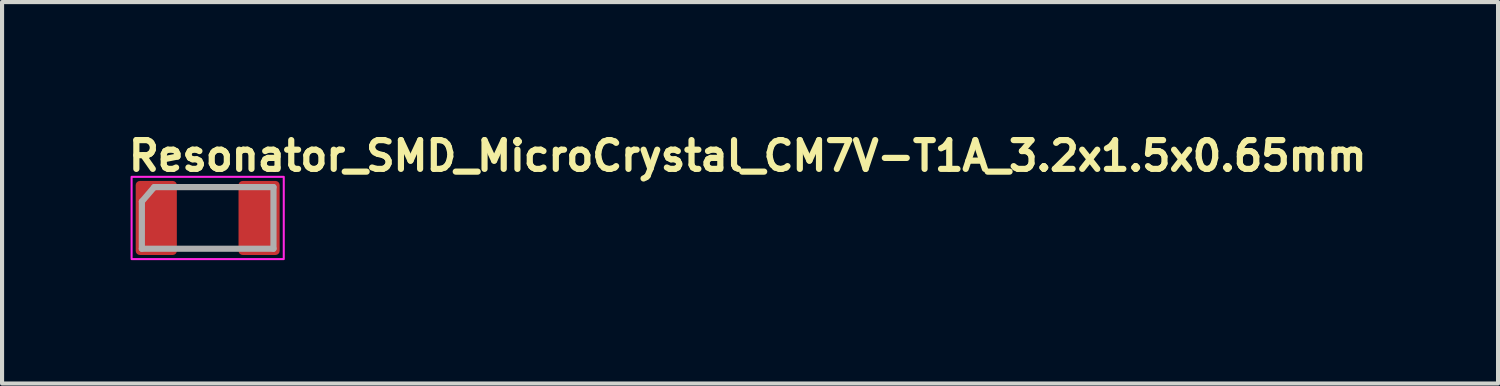
<source format=kicad_pcb>
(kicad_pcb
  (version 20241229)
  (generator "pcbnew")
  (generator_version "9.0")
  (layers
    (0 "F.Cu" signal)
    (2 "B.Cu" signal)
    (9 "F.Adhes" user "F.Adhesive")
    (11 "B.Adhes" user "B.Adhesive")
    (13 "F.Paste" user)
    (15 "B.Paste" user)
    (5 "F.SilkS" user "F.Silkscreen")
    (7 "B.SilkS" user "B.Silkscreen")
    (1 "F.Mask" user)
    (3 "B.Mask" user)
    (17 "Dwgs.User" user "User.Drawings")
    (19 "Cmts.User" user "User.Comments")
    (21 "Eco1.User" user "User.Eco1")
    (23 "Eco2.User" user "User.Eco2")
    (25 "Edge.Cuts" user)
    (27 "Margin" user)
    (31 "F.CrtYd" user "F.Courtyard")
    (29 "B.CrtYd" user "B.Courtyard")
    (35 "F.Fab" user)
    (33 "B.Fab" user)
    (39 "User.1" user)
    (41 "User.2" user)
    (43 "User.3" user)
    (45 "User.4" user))
  (footprint "Resonator_SMD_MicroCrystal_CM7V-T1A_3.2x1.5x0.65mm"
    (layer "F.Cu")
    (at 2 2.25)
    (property "Reference" "Resonator_SMD_MicroCrystal_CM7V-T1A_3.2x1.5x0.65mm" (at -2 -1.1 0) (layer "F.SilkS") (effects (font (size 0.7 0.7) (thickness 0.15)) (justify left bottom)))
    (attr smd)
    (fp_rect (start -1.85 -1) (end 1.85 1) (stroke (width 0.05) (type solid)) (fill no) (layer "F.CrtYd"))
    (fp_line (start -1.601 0.748) (end -1.6 -0.4) (stroke (width 0.15) (type solid)) (layer "F.Fab"))
    (fp_line (start -1.601 0.748) (end 1.6 0.748) (stroke (width 0.15) (type solid)) (layer "F.Fab"))
    (fp_line (start -1.3 -0.75) (end -1.6 -0.4) (stroke (width 0.15) (type solid)) (layer "F.Fab"))
    (fp_line (start 1.6 -0.75) (end -1.3 -0.75) (stroke (width 0.15) (type solid)) (layer "F.Fab"))
    (fp_line (start 1.6 0.748) (end 1.6 -0.75) (stroke (width 0.15) (type solid)) (layer "F.Fab"))
    (fp_rect (start -1.6 -0.75) (end 1.6 0.75) (stroke (width 0.1) (type solid)) (fill no) (layer "User.5"))
    (fp_line (start -1.6 -0.62) (end -1.6 0.62) (stroke (width 0.02) (type solid)) (layer "User.9"))
    (fp_line (start -1.6 -0.62) (end -1.59 -0.62) (stroke (width 0.02) (type solid)) (layer "User.9"))
    (fp_line (start -1.59 -0.62) (end -1.567 -0.622) (stroke (width 0.02) (type solid)) (layer "User.9"))
    (fp_line (start -1.574 0.621) (end -1.6 0.62) (stroke (width 0.02) (type solid)) (layer "User.9"))
    (fp_line (start -1.567 -0.622) (end -1.545 -0.628) (stroke (width 0.02) (type solid)) (layer "User.9"))
    (fp_line (start -1.548 0.627) (end -1.574 0.621) (stroke (width 0.02) (type solid)) (layer "User.9"))
    (fp_line (start -1.545 -0.628) (end -1.525 -0.638) (stroke (width 0.02) (type solid)) (layer "User.9"))
    (fp_line (start -1.525 -0.65) (end -1.525 0.65) (stroke (width 0.02) (type solid)) (layer "User.9"))
    (fp_line (start -1.525 0.638) (end -1.548 0.627) (stroke (width 0.02) (type solid)) (layer "User.9"))
    (fp_line (start -1.525 0.65) (end -1.522 0.676) (stroke (width 0.02) (type solid)) (layer "User.9"))
    (fp_line (start -1.522 -0.676) (end -1.525 -0.65) (stroke (width 0.02) (type solid)) (layer "User.9"))
    (fp_line (start -1.522 0.676) (end -1.512 0.7) (stroke (width 0.02) (type solid)) (layer "User.9"))
    (fp_line (start -1.512 -0.7) (end -1.522 -0.676) (stroke (width 0.02) (type solid)) (layer "User.9"))
    (fp_line (start -1.512 0.7) (end -1.496 0.721) (stroke (width 0.02) (type solid)) (layer "User.9"))
    (fp_line (start -1.496 -0.721) (end -1.512 -0.7) (stroke (width 0.02) (type solid)) (layer "User.9"))
    (fp_line (start -1.496 0.721) (end -1.475 0.737) (stroke (width 0.02) (type solid)) (layer "User.9"))
    (fp_line (start -1.475 -0.737) (end -1.496 -0.721) (stroke (width 0.02) (type solid)) (layer "User.9"))
    (fp_line (start -1.475 0.737) (end -1.451 0.747) (stroke (width 0.02) (type solid)) (layer "User.9"))
    (fp_line (start -1.47 -0.74) (end -1.47 -0.75) (stroke (width 0.02) (type solid)) (layer "User.9"))
    (fp_line (start -1.47 0.75) (end -1.47 0.74) (stroke (width 0.02) (type solid)) (layer "User.9"))
    (fp_line (start -1.47 0.75) (end 1.47 0.75) (stroke (width 0.02) (type solid)) (layer "User.9"))
    (fp_line (start -1.451 -0.747) (end -1.475 -0.737) (stroke (width 0.02) (type solid)) (layer "User.9"))
    (fp_line (start -1.451 0.747) (end -1.425 0.75) (stroke (width 0.02) (type solid)) (layer "User.9"))
    (fp_line (start -1.425 -0.75) (end -1.451 -0.747) (stroke (width 0.02) (type solid)) (layer "User.9"))
    (fp_line (start -1.425 0.75) (end 1.425 0.75) (stroke (width 0.02) (type solid)) (layer "User.9"))
    (fp_line (start -1.372 -0.026) (end -1.368 -0.067) (stroke (width 0.02) (type solid)) (layer "User.9"))
    (fp_line (start -1.369 0.013) (end -1.372 -0.026) (stroke (width 0.02) (type solid)) (layer "User.9"))
    (fp_line (start -1.368 -0.067) (end -1.364 -0.088) (stroke (width 0.02) (type solid)) (layer "User.9"))
    (fp_line (start -1.364 -0.088) (end -1.356 -0.107) (stroke (width 0.02) (type solid)) (layer "User.9"))
    (fp_line (start -1.36 0.05) (end -1.369 0.013) (stroke (width 0.02) (type solid)) (layer "User.9"))
    (fp_line (start -1.356 -0.107) (end -1.347 -0.126) (stroke (width 0.02) (type solid)) (layer "User.9"))
    (fp_line (start -1.347 -0.126) (end -1.336 -0.144) (stroke (width 0.02) (type solid)) (layer "User.9"))
    (fp_line (start -1.344 0.086) (end -1.36 0.05) (stroke (width 0.02) (type solid)) (layer "User.9"))
    (fp_line (start -1.336 -0.144) (end -1.323 -0.16) (stroke (width 0.02) (type solid)) (layer "User.9"))
    (fp_line (start -1.336 -0.023) (end -1.333 0.011) (stroke (width 0.02) (type solid)) (layer "User.9"))
    (fp_line (start -1.333 -0.057) (end -1.336 -0.023) (stroke (width 0.02) (type solid)) (layer "User.9"))
    (fp_line (start -1.333 0.011) (end -1.323 0.044) (stroke (width 0.02) (type solid)) (layer "User.9"))
    (fp_line (start -1.323 -0.16) (end -1.309 -0.175) (stroke (width 0.02) (type solid)) (layer "User.9"))
    (fp_line (start -1.323 -0.09) (end -1.333 -0.057) (stroke (width 0.02) (type solid)) (layer "User.9"))
    (fp_line (start -1.323 0.044) (end -1.306 0.074) (stroke (width 0.02) (type solid)) (layer "User.9"))
    (fp_line (start -1.321 0.117) (end -1.344 0.086) (stroke (width 0.02) (type solid)) (layer "User.9"))
    (fp_line (start -1.309 -0.175) (end -1.293 -0.189) (stroke (width 0.02) (type solid)) (layer "User.9"))
    (fp_line (start -1.307 -0.119) (end -1.323 -0.09) (stroke (width 0.02) (type solid)) (layer "User.9"))
    (fp_line (start -1.306 0.074) (end -1.283 0.1) (stroke (width 0.02) (type solid)) (layer "User.9"))
    (fp_line (start -1.305 0.134) (end -1.321 0.117) (stroke (width 0.02) (type solid)) (layer "User.9"))
    (fp_line (start -1.293 -0.189) (end -1.276 -0.201) (stroke (width 0.02) (type solid)) (layer "User.9"))
    (fp_line (start -1.287 0.148) (end -1.305 0.134) (stroke (width 0.02) (type solid)) (layer "User.9"))
    (fp_line (start -1.284 -0.145) (end -1.307 -0.119) (stroke (width 0.02) (type solid)) (layer "User.9"))
    (fp_line (start -1.283 0.1) (end -1.256 0.12) (stroke (width 0.02) (type solid)) (layer "User.9"))
    (fp_line (start -1.276 -0.201) (end -1.258 -0.211) (stroke (width 0.02) (type solid)) (layer "User.9"))
    (fp_line (start -1.268 0.161) (end -1.287 0.148) (stroke (width 0.02) (type solid)) (layer "User.9"))
    (fp_line (start -1.258 -0.211) (end -1.239 -0.22) (stroke (width 0.02) (type solid)) (layer "User.9"))
    (fp_line (start -1.257 -0.166) (end -1.284 -0.145) (stroke (width 0.02) (type solid)) (layer "User.9"))
    (fp_line (start -1.256 0.12) (end -1.224 0.135) (stroke (width 0.02) (type solid)) (layer "User.9"))
    (fp_line (start -1.247 0.171) (end -1.268 0.161) (stroke (width 0.02) (type solid)) (layer "User.9"))
    (fp_line (start -1.239 -0.22) (end -1.219 -0.226) (stroke (width 0.02) (type solid)) (layer "User.9"))
    (fp_line (start -1.226 -0.181) (end -1.257 -0.166) (stroke (width 0.02) (type solid)) (layer "User.9"))
    (fp_line (start -1.225 0.178) (end -1.247 0.171) (stroke (width 0.02) (type solid)) (layer "User.9"))
    (fp_line (start -1.224 0.135) (end -1.191 0.143) (stroke (width 0.02) (type solid)) (layer "User.9"))
    (fp_line (start -1.219 -0.226) (end -1.199 -0.23) (stroke (width 0.02) (type solid)) (layer "User.9"))
    (fp_line (start -1.203 0.183) (end -1.225 0.178) (stroke (width 0.02) (type solid)) (layer "User.9"))
    (fp_line (start -1.199 -0.23) (end -1.157 -0.234) (stroke (width 0.02) (type solid)) (layer "User.9"))
    (fp_line (start -1.193 -0.19) (end -1.226 -0.181) (stroke (width 0.02) (type solid)) (layer "User.9"))
    (fp_line (start -1.191 0.143) (end -1.157 0.146) (stroke (width 0.02) (type solid)) (layer "User.9"))
    (fp_line (start -1.159 -0.193) (end -1.193 -0.19) (stroke (width 0.02) (type solid)) (layer "User.9"))
    (fp_line (start -1.157 -0.234) (end -1.132 -0.232) (stroke (width 0.02) (type solid)) (layer "User.9"))
    (fp_line (start -1.157 0.146) (end -1.116 0.142) (stroke (width 0.02) (type solid)) (layer "User.9"))
    (fp_line (start -1.156 0.187) (end -1.203 0.183) (stroke (width 0.02) (type solid)) (layer "User.9"))
    (fp_line (start -1.132 -0.232) (end -1.107 -0.229) (stroke (width 0.02) (type solid)) (layer "User.9"))
    (fp_line (start -1.131 0.186) (end -1.156 0.187) (stroke (width 0.02) (type solid)) (layer "User.9"))
    (fp_line (start -1.118 -0.189) (end -1.159 -0.193) (stroke (width 0.02) (type solid)) (layer "User.9"))
    (fp_line (start -1.116 0.142) (end -1.097 0.137) (stroke (width 0.02) (type solid)) (layer "User.9"))
    (fp_line (start -1.107 -0.229) (end -1.083 -0.222) (stroke (width 0.02) (type solid)) (layer "User.9"))
    (fp_line (start -1.107 0.182) (end -1.131 0.186) (stroke (width 0.02) (type solid)) (layer "User.9"))
    (fp_line (start -1.098 -0.183) (end -1.118 -0.189) (stroke (width 0.02) (type solid)) (layer "User.9"))
    (fp_line (start -1.097 0.137) (end -1.078 0.129) (stroke (width 0.02) (type solid)) (layer "User.9"))
    (fp_line (start -1.083 -0.222) (end -1.059 -0.213) (stroke (width 0.02) (type solid)) (layer "User.9"))
    (fp_line (start -1.082 0.175) (end -1.107 0.182) (stroke (width 0.02) (type solid)) (layer "User.9"))
    (fp_line (start -1.079 -0.176) (end -1.098 -0.183) (stroke (width 0.02) (type solid)) (layer "User.9"))
    (fp_line (start -1.078 0.129) (end -1.06 0.119) (stroke (width 0.02) (type solid)) (layer "User.9"))
    (fp_line (start -1.06 -0.167) (end -1.079 -0.176) (stroke (width 0.02) (type solid)) (layer "User.9"))
    (fp_line (start -1.06 0.119) (end -1.043 0.108) (stroke (width 0.02) (type solid)) (layer "User.9"))
    (fp_line (start -1.059 -0.213) (end -1.037 -0.201) (stroke (width 0.02) (type solid)) (layer "User.9"))
    (fp_line (start -1.059 0.166) (end -1.082 0.175) (stroke (width 0.02) (type solid)) (layer "User.9"))
    (fp_line (start -1.043 -0.155) (end -1.06 -0.167) (stroke (width 0.02) (type solid)) (layer "User.9"))
    (fp_line (start -1.043 0.108) (end -1.014 0.079) (stroke (width 0.02) (type solid)) (layer "User.9"))
    (fp_line (start -1.037 -0.201) (end -1.017 -0.186) (stroke (width 0.02) (type solid)) (layer "User.9"))
    (fp_line (start -1.037 0.154) (end -1.059 0.166) (stroke (width 0.02) (type solid)) (layer "User.9"))
    (fp_line (start -1.028 -0.141) (end -1.043 -0.155) (stroke (width 0.02) (type solid)) (layer "User.9"))
    (fp_line (start -1.017 -0.186) (end -0.998 -0.169) (stroke (width 0.02) (type solid)) (layer "User.9"))
    (fp_line (start -1.017 0.139) (end -1.037 0.154) (stroke (width 0.02) (type solid)) (layer "User.9"))
    (fp_line (start -1.014 -0.126) (end -1.028 -0.141) (stroke (width 0.02) (type solid)) (layer "User.9"))
    (fp_line (start -1.014 0.079) (end -0.982 0.103) (stroke (width 0.02) (type solid)) (layer "User.9"))
    (fp_line (start -0.999 0.122) (end -1.017 0.139) (stroke (width 0.02) (type solid)) (layer "User.9"))
    (fp_line (start -0.998 -0.169) (end -0.982 -0.15) (stroke (width 0.02) (type solid)) (layer "User.9"))
    (fp_line (start -0.982 -0.15) (end -1.014 -0.126) (stroke (width 0.02) (type solid)) (layer "User.9"))
    (fp_line (start -0.982 0.103) (end -0.999 0.122) (stroke (width 0.02) (type solid)) (layer "User.9"))
    (fp_line (start -0.921 0.177) (end -0.868 -0.223) (stroke (width 0.02) (type solid)) (layer "User.9"))
    (fp_line (start -0.885 0.177) (end -0.921 0.177) (stroke (width 0.02) (type solid)) (layer "User.9"))
    (fp_line (start -0.868 -0.223) (end -0.863 -0.223) (stroke (width 0.02) (type solid)) (layer "User.9"))
    (fp_line (start -0.863 -0.223) (end -0.698 0.105) (stroke (width 0.02) (type solid)) (layer "User.9"))
    (fp_line (start -0.846 -0.112) (end -0.885 0.177) (stroke (width 0.02) (type solid)) (layer "User.9"))
    (fp_line (start -0.702 0.177) (end -0.846 -0.112) (stroke (width 0.02) (type solid)) (layer "User.9"))
    (fp_line (start -0.698 0.105) (end -0.533 -0.223) (stroke (width 0.02) (type solid)) (layer "User.9"))
    (fp_line (start -0.693 0.177) (end -0.702 0.177) (stroke (width 0.02) (type solid)) (layer "User.9"))
    (fp_line (start -0.549 -0.111) (end -0.693 0.177) (stroke (width 0.02) (type solid)) (layer "User.9"))
    (fp_line (start -0.533 -0.223) (end -0.528 -0.223) (stroke (width 0.02) (type solid)) (layer "User.9"))
    (fp_line (start -0.528 -0.223) (end -0.475 0.177) (stroke (width 0.02) (type solid)) (layer "User.9"))
    (fp_line (start -0.511 0.177) (end -0.549 -0.111) (stroke (width 0.02) (type solid)) (layer "User.9"))
    (fp_line (start -0.475 0.177) (end -0.511 0.177) (stroke (width 0.02) (type solid)) (layer "User.9"))
    (fp_line (start -0.403 -0.223) (end -0.157 -0.223) (stroke (width 0.02) (type solid)) (layer "User.9"))
    (fp_line (start -0.403 -0.182) (end -0.403 -0.223) (stroke (width 0.02) (type solid)) (layer "User.9"))
    (fp_line (start -0.398 0.17) (end -0.217 -0.182) (stroke (width 0.02) (type solid)) (layer "User.9"))
    (fp_line (start -0.367 0.187) (end -0.398 0.17) (stroke (width 0.02) (type solid)) (layer "User.9"))
    (fp_line (start -0.217 -0.182) (end -0.403 -0.182) (stroke (width 0.02) (type solid)) (layer "User.9"))
    (fp_line (start -0.157 -0.223) (end -0.367 0.187) (stroke (width 0.02) (type solid)) (layer "User.9"))
    (fp_line (start -0.116 -0.223) (end -0.077 -0.223) (stroke (width 0.02) (type solid)) (layer "User.9"))
    (fp_line (start -0.077 -0.223) (end 0.056 0.092) (stroke (width 0.02) (type solid)) (layer "User.9"))
    (fp_line (start 0.054 0.177) (end -0.116 -0.223) (stroke (width 0.02) (type solid)) (layer "User.9"))
    (fp_line (start 0.056 0.092) (end 0.189 -0.223) (stroke (width 0.02) (type solid)) (layer "User.9"))
    (fp_line (start 0.059 0.177) (end 0.054 0.177) (stroke (width 0.02) (type solid)) (layer "User.9"))
    (fp_line (start 0.189 -0.223) (end 0.228 -0.223) (stroke (width 0.02) (type solid)) (layer "User.9"))
    (fp_line (start 0.228 -0.223) (end 0.059 0.177) (stroke (width 0.02) (type solid)) (layer "User.9"))
    (fp_line (start 0.264 0.002) (end 0.418 0.002) (stroke (width 0.02) (type solid)) (layer "User.9"))
    (fp_line (start 0.264 0.043) (end 0.264 0.002) (stroke (width 0.02) (type solid)) (layer "User.9"))
    (fp_line (start 0.418 0.002) (end 0.418 0.043) (stroke (width 0.02) (type solid)) (layer "User.9"))
    (fp_line (start 0.418 0.043) (end 0.264 0.043) (stroke (width 0.02) (type solid)) (layer "User.9"))
    (fp_line (start 0.438 -0.223) (end 0.648 -0.223) (stroke (width 0.02) (type solid)) (layer "User.9"))
    (fp_line (start 0.438 -0.182) (end 0.438 -0.223) (stroke (width 0.02) (type solid)) (layer "User.9"))
    (fp_line (start 0.525 -0.182) (end 0.438 -0.182) (stroke (width 0.02) (type solid)) (layer "User.9"))
    (fp_line (start 0.525 0.177) (end 0.525 -0.182) (stroke (width 0.02) (type solid)) (layer "User.9"))
    (fp_line (start 0.561 -0.182) (end 0.561 0.177) (stroke (width 0.02) (type solid)) (layer "User.9"))
    (fp_line (start 0.561 0.177) (end 0.525 0.177) (stroke (width 0.02) (type solid)) (layer "User.9"))
    (fp_line (start 0.648 -0.223) (end 0.648 -0.182) (stroke (width 0.02) (type solid)) (layer "User.9"))
    (fp_line (start 0.648 -0.182) (end 0.561 -0.182) (stroke (width 0.02) (type solid)) (layer "User.9"))
    (fp_line (start 0.736 -0.182) (end 0.759 -0.223) (stroke (width 0.02) (type solid)) (layer "User.9"))
    (fp_line (start 0.759 -0.223) (end 0.833 -0.223) (stroke (width 0.02) (type solid)) (layer "User.9"))
    (fp_line (start 0.797 -0.182) (end 0.736 -0.182) (stroke (width 0.02) (type solid)) (layer "User.9"))
    (fp_line (start 0.797 0.177) (end 0.797 -0.182) (stroke (width 0.02) (type solid)) (layer "User.9"))
    (fp_line (start 0.833 -0.223) (end 0.833 0.177) (stroke (width 0.02) (type solid)) (layer "User.9"))
    (fp_line (start 0.833 0.177) (end 0.797 0.177) (stroke (width 0.02) (type solid)) (layer "User.9"))
    (fp_line (start 0.987 0.177) (end 1.177 -0.223) (stroke (width 0.02) (type solid)) (layer "User.9"))
    (fp_line (start 1.026 0.177) (end 0.987 0.177) (stroke (width 0.02) (type solid)) (layer "User.9"))
    (fp_line (start 1.087 0.048) (end 1.026 0.177) (stroke (width 0.02) (type solid)) (layer "User.9"))
    (fp_line (start 1.106 0.007) (end 1.249 0.007) (stroke (width 0.02) (type solid)) (layer "User.9"))
    (fp_line (start 1.177 -0.223) (end 1.182 -0.223) (stroke (width 0.02) (type solid)) (layer "User.9"))
    (fp_line (start 1.179 -0.145) (end 1.106 0.007) (stroke (width 0.02) (type solid)) (layer "User.9"))
    (fp_line (start 1.182 -0.223) (end 1.366 0.177) (stroke (width 0.02) (type solid)) (layer "User.9"))
    (fp_line (start 1.249 0.007) (end 1.179 -0.145) (stroke (width 0.02) (type solid)) (layer "User.9"))
    (fp_line (start 1.268 0.048) (end 1.087 0.048) (stroke (width 0.02) (type solid)) (layer "User.9"))
    (fp_line (start 1.327 0.177) (end 1.268 0.048) (stroke (width 0.02) (type solid)) (layer "User.9"))
    (fp_line (start 1.366 0.177) (end 1.327 0.177) (stroke (width 0.02) (type solid)) (layer "User.9"))
    (fp_line (start 1.425 -0.75) (end -1.425 -0.75) (stroke (width 0.02) (type solid)) (layer "User.9"))
    (fp_line (start 1.425 0.75) (end 1.451 0.747) (stroke (width 0.02) (type solid)) (layer "User.9"))
    (fp_line (start 1.451 -0.747) (end 1.425 -0.75) (stroke (width 0.02) (type solid)) (layer "User.9"))
    (fp_line (start 1.451 0.747) (end 1.475 0.737) (stroke (width 0.02) (type solid)) (layer "User.9"))
    (fp_line (start 1.47 -0.75) (end -1.47 -0.75) (stroke (width 0.02) (type solid)) (layer "User.9"))
    (fp_line (start 1.47 -0.75) (end 1.47 -0.74) (stroke (width 0.02) (type solid)) (layer "User.9"))
    (fp_line (start 1.47 0.74) (end 1.47 0.75) (stroke (width 0.02) (type solid)) (layer "User.9"))
    (fp_line (start 1.475 -0.737) (end 1.451 -0.747) (stroke (width 0.02) (type solid)) (layer "User.9"))
    (fp_line (start 1.475 0.737) (end 1.496 0.721) (stroke (width 0.02) (type solid)) (layer "User.9"))
    (fp_line (start 1.496 -0.721) (end 1.475 -0.737) (stroke (width 0.02) (type solid)) (layer "User.9"))
    (fp_line (start 1.496 0.721) (end 1.512 0.7) (stroke (width 0.02) (type solid)) (layer "User.9"))
    (fp_line (start 1.512 -0.7) (end 1.496 -0.721) (stroke (width 0.02) (type solid)) (layer "User.9"))
    (fp_line (start 1.512 0.7) (end 1.522 0.676) (stroke (width 0.02) (type solid)) (layer "User.9"))
    (fp_line (start 1.522 -0.676) (end 1.512 -0.7) (stroke (width 0.02) (type solid)) (layer "User.9"))
    (fp_line (start 1.522 0.676) (end 1.525 0.65) (stroke (width 0.02) (type solid)) (layer "User.9"))
    (fp_line (start 1.525 -0.65) (end 1.522 -0.676) (stroke (width 0.02) (type solid)) (layer "User.9"))
    (fp_line (start 1.525 -0.638) (end 1.545 -0.628) (stroke (width 0.02) (type solid)) (layer "User.9"))
    (fp_line (start 1.525 0.65) (end 1.525 -0.65) (stroke (width 0.02) (type solid)) (layer "User.9"))
    (fp_line (start 1.545 -0.628) (end 1.567 -0.622) (stroke (width 0.02) (type solid)) (layer "User.9"))
    (fp_line (start 1.548 0.627) (end 1.525 0.638) (stroke (width 0.02) (type solid)) (layer "User.9"))
    (fp_line (start 1.567 -0.622) (end 1.59 -0.62) (stroke (width 0.02) (type solid)) (layer "User.9"))
    (fp_line (start 1.574 0.621) (end 1.548 0.627) (stroke (width 0.02) (type solid)) (layer "User.9"))
    (fp_line (start 1.59 -0.62) (end 1.6 -0.62) (stroke (width 0.02) (type solid)) (layer "User.9"))
    (fp_line (start 1.6 0.62) (end 1.574 0.621) (stroke (width 0.02) (type solid)) (layer "User.9"))
    (fp_line (start 1.6 0.62) (end 1.6 -0.62) (stroke (width 0.02) (type solid)) (layer "User.9"))
    (pad "1" smd roundrect (at -1.25 0) (size 1 1.8) (layers "F.Cu" "F.Mask" "F.Paste") (roundrect_rratio 0.1))
    (pad "2" smd roundrect (at 1.25 0) (size 1 1.8) (layers "F.Cu" "F.Mask" "F.Paste") (roundrect_rratio 0.1)))
  (gr_rect
    (start -3 -3)
    (end 33.377 6.275)
    (stroke (width 0.1) (type default))
    (fill no)
    (layer "Edge.Cuts")))
</source>
